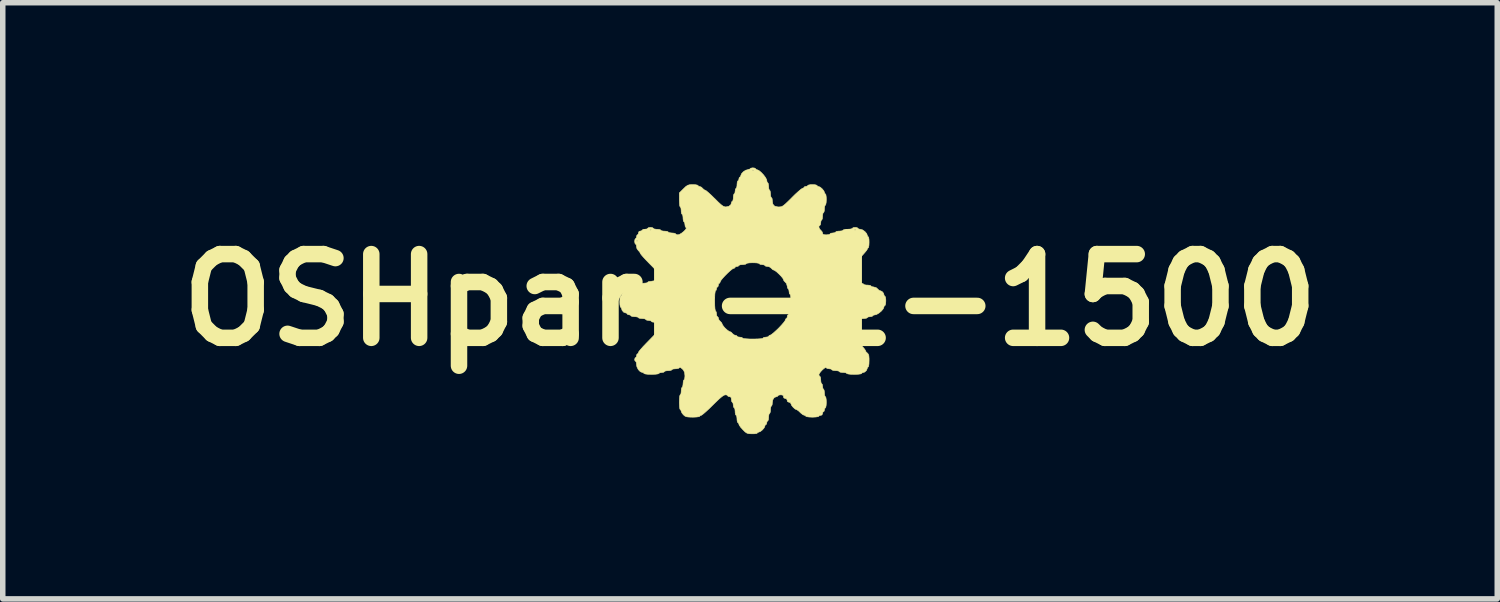
<source format=kicad_pcb>
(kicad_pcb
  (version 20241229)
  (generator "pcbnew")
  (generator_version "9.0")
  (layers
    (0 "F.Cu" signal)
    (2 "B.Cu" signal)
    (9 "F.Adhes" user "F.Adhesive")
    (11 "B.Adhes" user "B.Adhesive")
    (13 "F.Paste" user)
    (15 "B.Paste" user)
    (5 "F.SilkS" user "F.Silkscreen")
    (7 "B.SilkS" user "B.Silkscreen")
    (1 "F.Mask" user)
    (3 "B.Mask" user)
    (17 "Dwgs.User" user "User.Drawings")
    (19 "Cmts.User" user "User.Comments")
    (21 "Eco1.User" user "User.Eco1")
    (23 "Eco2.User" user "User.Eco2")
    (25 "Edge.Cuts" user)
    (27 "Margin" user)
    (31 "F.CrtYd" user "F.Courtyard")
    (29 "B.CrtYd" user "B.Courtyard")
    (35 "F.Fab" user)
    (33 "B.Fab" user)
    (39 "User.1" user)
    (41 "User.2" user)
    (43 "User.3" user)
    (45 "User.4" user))
  (footprint "OSHpark-1-1500"
    (layer "F.Cu")
    (at 10.603 2.41)
    (property "Reference" "OSHpark-1-1500" (at 0 0 0) (layer "F.SilkS") (effects (font (size 1.524 1.524) (thickness 0.3))))
    (attr through_hole)
    (fp_poly (pts (xy 0.086 -2.4) (xy 0.102 -2.388) (xy 0.102 -2.388) (xy 0.115 -2.373) (xy 0.127 -2.371) (xy 0.159 -2.358) (xy 0.2 -2.325) (xy 0.243 -2.28) (xy 0.279 -2.233) (xy 0.301 -2.192) (xy 0.305 -2.176) (xy 0.311 -2.144) (xy 0.322 -2.134) (xy 0.332 -2.119) (xy 0.338 -2.081) (xy 0.339 -2.066) (xy 0.342 -2.023) (xy 0.352 -2) (xy 0.356 -1.998) (xy 0.366 -1.983) (xy 0.372 -1.946) (xy 0.373 -1.93) (xy 0.376 -1.888) (xy 0.386 -1.864) (xy 0.389 -1.863) (xy 0.401 -1.848) (xy 0.406 -1.811) (xy 0.406 -1.802) (xy 0.416 -1.743) (xy 0.447 -1.708) (xy 0.503 -1.694) (xy 0.524 -1.693) (xy 0.553 -1.695) (xy 0.579 -1.701) (xy 0.607 -1.717) (xy 0.642 -1.746) (xy 0.69 -1.791) (xy 0.756 -1.856) (xy 0.762 -1.863) (xy 0.824 -1.924) (xy 0.88 -1.975) (xy 0.924 -2.012) (xy 0.952 -2.031) (xy 0.956 -2.032) (xy 0.979 -2.041) (xy 0.982 -2.049) (xy 0.996 -2.063) (xy 1.016 -2.066) (xy 1.044 -2.073) (xy 1.05 -2.083) (xy 1.065 -2.092) (xy 1.104 -2.099) (xy 1.135 -2.1) (xy 1.183 -2.097) (xy 1.213 -2.089) (xy 1.219 -2.083) (xy 1.233 -2.068) (xy 1.245 -2.066) (xy 1.278 -2.053) (xy 1.314 -2.022) (xy 1.344 -1.985) (xy 1.355 -1.957) (xy 1.364 -1.934) (xy 1.372 -1.93) (xy 1.381 -1.915) (xy 1.387 -1.875) (xy 1.389 -1.829) (xy 1.386 -1.775) (xy 1.379 -1.738) (xy 1.372 -1.727) (xy 1.361 -1.712) (xy 1.355 -1.675) (xy 1.355 -1.659) (xy 1.351 -1.617) (xy 1.342 -1.593) (xy 1.338 -1.592) (xy 1.327 -1.577) (xy 1.321 -1.539) (xy 1.321 -1.524) (xy 1.317 -1.482) (xy 1.308 -1.458) (xy 1.304 -1.456) (xy 1.292 -1.442) (xy 1.287 -1.406) (xy 1.287 -1.405) (xy 1.282 -1.37) (xy 1.27 -1.355) (xy 1.27 -1.355) (xy 1.254 -1.343) (xy 1.256 -1.315) (xy 1.272 -1.285) (xy 1.287 -1.27) (xy 1.313 -1.24) (xy 1.321 -1.215) (xy 1.328 -1.195) (xy 1.355 -1.187) (xy 1.389 -1.185) (xy 1.431 -1.189) (xy 1.455 -1.198) (xy 1.456 -1.202) (xy 1.471 -1.214) (xy 1.506 -1.219) (xy 1.507 -1.219) (xy 1.543 -1.224) (xy 1.558 -1.236) (xy 1.558 -1.236) (xy 1.573 -1.247) (xy 1.61 -1.253) (xy 1.626 -1.253) (xy 1.668 -1.257) (xy 1.692 -1.266) (xy 1.693 -1.27) (xy 1.709 -1.28) (xy 1.719 -1.281) (xy 1.902 -1.281) (xy 1.905 -1.271) (xy 1.913 -1.27) (xy 1.927 -1.276) (xy 1.925 -1.281) (xy 1.905 -1.283) (xy 1.902 -1.281) (xy 1.719 -1.281) (xy 1.748 -1.286) (xy 1.778 -1.287) (xy 1.826 -1.29) (xy 1.857 -1.298) (xy 1.863 -1.304) (xy 1.877 -1.316) (xy 1.913 -1.321) (xy 1.913 -1.321) (xy 1.949 -1.316) (xy 1.964 -1.304) (xy 1.964 -1.304) (xy 1.979 -1.291) (xy 2.007 -1.287) (xy 2.049 -1.275) (xy 2.091 -1.245) (xy 2.123 -1.208) (xy 2.134 -1.178) (xy 2.143 -1.155) (xy 2.151 -1.151) (xy 2.16 -1.136) (xy 2.166 -1.096) (xy 2.167 -1.05) (xy 2.165 -0.996) (xy 2.158 -0.959) (xy 2.151 -0.948) (xy 2.136 -0.935) (xy 2.134 -0.922) (xy 2.122 -0.902) (xy 2.09 -0.863) (xy 2.043 -0.81) (xy 1.983 -0.747) (xy 1.947 -0.711) (xy 1.877 -0.641) (xy 1.827 -0.589) (xy 1.794 -0.551) (xy 1.774 -0.522) (xy 1.765 -0.496) (xy 1.761 -0.47) (xy 1.761 -0.449) (xy 1.763 -0.401) (xy 1.772 -0.379) (xy 1.792 -0.373) (xy 1.795 -0.373) (xy 1.822 -0.365) (xy 1.829 -0.356) (xy 1.844 -0.344) (xy 1.879 -0.339) (xy 1.88 -0.339) (xy 1.915 -0.334) (xy 1.93 -0.322) (xy 1.93 -0.322) (xy 1.945 -0.311) (xy 1.983 -0.305) (xy 1.998 -0.305) (xy 2.041 -0.301) (xy 2.064 -0.292) (xy 2.066 -0.288) (xy 2.081 -0.277) (xy 2.118 -0.271) (xy 2.134 -0.271) (xy 2.176 -0.267) (xy 2.2 -0.258) (xy 2.201 -0.254) (xy 2.216 -0.242) (xy 2.248 -0.237) (xy 2.296 -0.224) (xy 2.32 -0.203) (xy 2.347 -0.177) (xy 2.367 -0.169) (xy 2.402 -0.155) (xy 2.43 -0.123) (xy 2.438 -0.094) (xy 2.447 -0.071) (xy 2.455 -0.068) (xy 2.465 -0.053) (xy 2.471 -0.014) (xy 2.472 0.017) (xy 2.469 0.065) (xy 2.461 0.096) (xy 2.455 0.102) (xy 2.44 0.115) (xy 2.438 0.128) (xy 2.425 0.161) (xy 2.392 0.201) (xy 2.348 0.238) (xy 2.304 0.264) (xy 2.278 0.271) (xy 2.246 0.277) (xy 2.235 0.288) (xy 2.22 0.3) (xy 2.185 0.305) (xy 2.184 0.305) (xy 2.149 0.31) (xy 2.134 0.322) (xy 2.134 0.322) (xy 2.119 0.332) (xy 2.081 0.338) (xy 2.066 0.339) (xy 2.023 0.342) (xy 2 0.352) (xy 1.998 0.356) (xy 1.983 0.367) (xy 1.948 0.373) (xy 1.947 0.373) (xy 1.912 0.377) (xy 1.897 0.389) (xy 1.897 0.389) (xy 1.882 0.402) (xy 1.853 0.406) (xy 1.8 0.42) (xy 1.769 0.459) (xy 1.761 0.507) (xy 1.765 0.532) (xy 1.778 0.56) (xy 1.804 0.596) (xy 1.847 0.644) (xy 1.91 0.708) (xy 1.93 0.728) (xy 1.991 0.79) (xy 2.043 0.845) (xy 2.08 0.888) (xy 2.098 0.914) (xy 2.1 0.919) (xy 2.112 0.945) (xy 2.134 0.965) (xy 2.152 0.985) (xy 2.163 1.014) (xy 2.167 1.064) (xy 2.167 1.104) (xy 2.165 1.164) (xy 2.159 1.205) (xy 2.151 1.219) (xy 2.136 1.233) (xy 2.134 1.246) (xy 2.119 1.284) (xy 2.086 1.313) (xy 2.059 1.321) (xy 2.035 1.33) (xy 2.032 1.338) (xy 2.016 1.346) (xy 1.973 1.352) (xy 1.909 1.355) (xy 1.897 1.355) (xy 1.829 1.353) (xy 1.782 1.347) (xy 1.762 1.339) (xy 1.761 1.338) (xy 1.746 1.327) (xy 1.709 1.321) (xy 1.693 1.321) (xy 1.651 1.317) (xy 1.627 1.308) (xy 1.626 1.304) (xy 1.611 1.293) (xy 1.573 1.287) (xy 1.558 1.287) (xy 1.515 1.283) (xy 1.492 1.274) (xy 1.49 1.27) (xy 1.475 1.258) (xy 1.441 1.253) (xy 1.403 1.247) (xy 1.385 1.233) (xy 1.371 1.231) (xy 1.344 1.249) (xy 1.311 1.279) (xy 1.28 1.313) (xy 1.259 1.345) (xy 1.253 1.363) (xy 1.262 1.385) (xy 1.27 1.389) (xy 1.281 1.404) (xy 1.287 1.441) (xy 1.287 1.456) (xy 1.291 1.499) (xy 1.3 1.522) (xy 1.304 1.524) (xy 1.316 1.539) (xy 1.321 1.574) (xy 1.321 1.575) (xy 1.326 1.61) (xy 1.338 1.626) (xy 1.338 1.626) (xy 1.348 1.641) (xy 1.354 1.678) (xy 1.355 1.693) (xy 1.358 1.736) (xy 1.368 1.759) (xy 1.372 1.761) (xy 1.381 1.776) (xy 1.387 1.817) (xy 1.389 1.863) (xy 1.386 1.917) (xy 1.379 1.953) (xy 1.372 1.964) (xy 1.358 1.978) (xy 1.355 1.998) (xy 1.348 2.026) (xy 1.338 2.032) (xy 1.324 2.046) (xy 1.321 2.066) (xy 1.309 2.094) (xy 1.287 2.1) (xy 1.259 2.107) (xy 1.253 2.117) (xy 1.237 2.125) (xy 1.195 2.131) (xy 1.135 2.134) (xy 1.135 2.134) (xy 1.074 2.131) (xy 1.032 2.125) (xy 1.016 2.117) (xy 1.016 2.117) (xy 1.002 2.102) (xy 0.989 2.1) (xy 0.961 2.088) (xy 0.924 2.059) (xy 0.914 2.049) (xy 0.88 2.017) (xy 0.853 1.999) (xy 0.848 1.998) (xy 0.82 1.985) (xy 0.786 1.955) (xy 0.757 1.919) (xy 0.745 1.889) (xy 0.745 1.889) (xy 0.731 1.867) (xy 0.711 1.863) (xy 0.683 1.851) (xy 0.677 1.829) (xy 0.665 1.8) (xy 0.643 1.795) (xy 0.615 1.783) (xy 0.61 1.761) (xy 0.602 1.736) (xy 0.572 1.728) (xy 0.559 1.727) (xy 0.523 1.732) (xy 0.508 1.744) (xy 0.508 1.744) (xy 0.494 1.759) (xy 0.481 1.761) (xy 0.441 1.776) (xy 0.415 1.817) (xy 0.406 1.87) (xy 0.402 1.91) (xy 0.392 1.93) (xy 0.389 1.93) (xy 0.379 1.945) (xy 0.373 1.983) (xy 0.373 1.998) (xy 0.369 2.041) (xy 0.359 2.064) (xy 0.356 2.066) (xy 0.345 2.081) (xy 0.339 2.118) (xy 0.339 2.134) (xy 0.335 2.176) (xy 0.326 2.2) (xy 0.322 2.201) (xy 0.308 2.216) (xy 0.305 2.235) (xy 0.298 2.263) (xy 0.288 2.269) (xy 0.273 2.283) (xy 0.271 2.295) (xy 0.258 2.327) (xy 0.227 2.364) (xy 0.19 2.394) (xy 0.162 2.405) (xy 0.139 2.413) (xy 0.135 2.421) (xy 0.12 2.431) (xy 0.08 2.436) (xy 0.038 2.437) (xy -0.018 2.435) (xy -0.056 2.425) (xy -0.09 2.402) (xy -0.131 2.361) (xy -0.17 2.318) (xy -0.196 2.28) (xy -0.203 2.261) (xy -0.212 2.238) (xy -0.22 2.235) (xy -0.231 2.22) (xy -0.237 2.183) (xy -0.237 2.167) (xy -0.241 2.125) (xy -0.25 2.101) (xy -0.254 2.1) (xy -0.265 2.085) (xy -0.271 2.047) (xy -0.271 2.032) (xy -0.275 1.99) (xy -0.284 1.966) (xy -0.288 1.964) (xy -0.3 1.95) (xy -0.305 1.914) (xy -0.305 1.913) (xy -0.31 1.878) (xy -0.322 1.863) (xy -0.322 1.863) (xy -0.334 1.848) (xy -0.339 1.812) (xy -0.339 1.812) (xy -0.344 1.775) (xy -0.364 1.762) (xy -0.373 1.761) (xy -0.4 1.754) (xy -0.406 1.744) (xy -0.421 1.731) (xy -0.449 1.727) (xy -0.474 1.734) (xy -0.509 1.757) (xy -0.558 1.798) (xy -0.623 1.86) (xy -0.677 1.913) (xy -0.743 1.978) (xy -0.802 2.032) (xy -0.849 2.073) (xy -0.88 2.096) (xy -0.888 2.1) (xy -0.911 2.109) (xy -0.914 2.117) (xy -0.93 2.125) (xy -0.973 2.131) (xy -1.036 2.134) (xy -1.042 2.134) (xy -1.11 2.132) (xy -1.154 2.127) (xy -1.184 2.115) (xy -1.209 2.094) (xy -1.212 2.092) (xy -1.24 2.057) (xy -1.253 2.026) (xy -1.253 2.024) (xy -1.262 2.001) (xy -1.27 1.998) (xy -1.278 1.982) (xy -1.284 1.939) (xy -1.287 1.875) (xy -1.287 1.863) (xy -1.285 1.796) (xy -1.28 1.748) (xy -1.272 1.728) (xy -1.27 1.727) (xy -1.259 1.712) (xy -1.253 1.675) (xy -1.253 1.659) (xy -1.249 1.617) (xy -1.24 1.593) (xy -1.236 1.592) (xy -1.226 1.577) (xy -1.22 1.539) (xy -1.219 1.524) (xy -1.215 1.482) (xy -1.206 1.458) (xy -1.202 1.456) (xy -1.192 1.441) (xy -1.186 1.403) (xy -1.185 1.379) (xy -1.191 1.321) (xy -1.211 1.279) (xy -1.231 1.257) (xy -1.264 1.23) (xy -1.282 1.23) (xy -1.283 1.232) (xy -1.303 1.246) (xy -1.344 1.253) (xy -1.356 1.253) (xy -1.398 1.257) (xy -1.421 1.266) (xy -1.422 1.27) (xy -1.437 1.281) (xy -1.475 1.287) (xy -1.49 1.287) (xy -1.533 1.291) (xy -1.556 1.3) (xy -1.558 1.304) (xy -1.573 1.316) (xy -1.608 1.321) (xy -1.609 1.321) (xy -1.644 1.326) (xy -1.659 1.338) (xy -1.659 1.338) (xy -1.675 1.346) (xy -1.719 1.352) (xy -1.783 1.355) (xy -1.795 1.355) (xy -1.862 1.353) (xy -1.909 1.347) (xy -1.93 1.339) (xy -1.93 1.338) (xy -1.944 1.323) (xy -1.957 1.321) (xy -1.997 1.306) (xy -2.034 1.268) (xy -2.059 1.218) (xy -2.066 1.178) (xy -2.07 1.138) (xy -2.08 1.118) (xy -2.083 1.118) (xy -2.097 1.103) (xy -2.1 1.084) (xy -2.093 1.056) (xy -2.083 1.05) (xy -2.069 1.036) (xy -2.066 1.016) (xy -2.059 0.988) (xy -2.049 0.982) (xy -2.034 0.968) (xy -2.032 0.956) (xy -2.021 0.936) (xy -1.989 0.897) (xy -1.941 0.843) (xy -1.881 0.781) (xy -1.846 0.745) (xy -1.762 0.659) (xy -1.703 0.594) (xy -1.669 0.548) (xy -1.659 0.519) (xy -1.671 0.508) (xy -1.676 0.508) (xy -1.688 0.493) (xy -1.693 0.458) (xy -1.693 0.457) (xy -1.698 0.421) (xy -1.717 0.408) (xy -1.744 0.406) (xy -1.78 0.401) (xy -1.795 0.39) (xy -1.795 0.389) (xy -1.81 0.378) (xy -1.845 0.373) (xy -1.846 0.373) (xy -1.881 0.368) (xy -1.897 0.356) (xy -1.897 0.356) (xy -1.912 0.345) (xy -1.949 0.339) (xy -1.964 0.339) (xy -2.007 0.335) (xy -2.03 0.326) (xy -2.032 0.322) (xy -2.047 0.311) (xy -2.085 0.305) (xy -2.1 0.305) (xy -2.142 0.301) (xy -2.166 0.292) (xy -2.167 0.288) (xy -2.182 0.274) (xy -2.201 0.271) (xy -2.229 0.264) (xy -2.235 0.254) (xy -2.249 0.239) (xy -2.262 0.237) (xy -2.3 0.223) (xy -2.329 0.189) (xy -2.337 0.162) (xy -2.346 0.139) (xy -2.354 0.135) (xy -2.363 0.12) (xy -2.369 0.08) (xy -2.371 0.034) (xy -2.37 0.017) (xy -0.643 0.017) (xy -0.642 0.101) (xy -0.638 0.162) (xy -0.631 0.197) (xy -0.627 0.203) (xy -0.615 0.218) (xy -0.61 0.253) (xy -0.61 0.254) (xy -0.605 0.29) (xy -0.593 0.305) (xy -0.593 0.305) (xy -0.578 0.319) (xy -0.576 0.335) (xy -0.563 0.368) (xy -0.542 0.389) (xy -0.516 0.417) (xy -0.508 0.436) (xy -0.497 0.46) (xy -0.468 0.497) (xy -0.449 0.517) (xy -0.411 0.551) (xy -0.379 0.573) (xy -0.368 0.576) (xy -0.342 0.588) (xy -0.322 0.61) (xy -0.291 0.636) (xy -0.267 0.643) (xy -0.242 0.651) (xy -0.237 0.66) (xy -0.222 0.672) (xy -0.187 0.677) (xy -0.186 0.677) (xy -0.151 0.682) (xy -0.135 0.694) (xy -0.135 0.694) (xy -0.119 0.702) (xy -0.074 0.707) (xy -0.003 0.711) (xy 0.051 0.711) (xy 0.135 0.71) (xy 0.196 0.706) (xy 0.231 0.699) (xy 0.237 0.694) (xy 0.252 0.682) (xy 0.287 0.677) (xy 0.288 0.677) (xy 0.324 0.672) (xy 0.339 0.661) (xy 0.339 0.66) (xy 0.352 0.645) (xy 0.364 0.643) (xy 0.386 0.632) (xy 0.426 0.601) (xy 0.476 0.556) (xy 0.517 0.517) (xy 0.569 0.462) (xy 0.611 0.414) (xy 0.637 0.379) (xy 0.643 0.364) (xy 0.653 0.342) (xy 0.66 0.339) (xy 0.674 0.324) (xy 0.677 0.305) (xy 0.684 0.277) (xy 0.694 0.271) (xy 0.706 0.256) (xy 0.711 0.221) (xy 0.711 0.22) (xy 0.716 0.184) (xy 0.728 0.169) (xy 0.728 0.169) (xy 0.737 0.153) (xy 0.742 0.11) (xy 0.745 0.046) (xy 0.745 0.034) (xy 0.743 -0.033) (xy 0.738 -0.08) (xy 0.73 -0.101) (xy 0.728 -0.102) (xy 0.716 -0.116) (xy 0.711 -0.152) (xy 0.711 -0.152) (xy 0.706 -0.188) (xy 0.694 -0.203) (xy 0.694 -0.203) (xy 0.682 -0.218) (xy 0.677 -0.25) (xy 0.664 -0.298) (xy 0.643 -0.322) (xy 0.617 -0.349) (xy 0.61 -0.368) (xy 0.598 -0.393) (xy 0.568 -0.43) (xy 0.528 -0.471) (xy 0.487 -0.509) (xy 0.452 -0.535) (xy 0.436 -0.542) (xy 0.41 -0.554) (xy 0.389 -0.576) (xy 0.352 -0.603) (xy 0.318 -0.61) (xy 0.284 -0.615) (xy 0.271 -0.627) (xy 0.256 -0.638) (xy 0.221 -0.643) (xy 0.22 -0.643) (xy 0.184 -0.648) (xy 0.169 -0.66) (xy 0.169 -0.66) (xy 0.154 -0.669) (xy 0.112 -0.675) (xy 0.051 -0.677) (xy 0.051 -0.677) (xy -0.01 -0.675) (xy -0.052 -0.669) (xy -0.068 -0.66) (xy -0.068 -0.66) (xy -0.083 -0.65) (xy -0.12 -0.644) (xy -0.135 -0.643) (xy -0.178 -0.64) (xy -0.201 -0.63) (xy -0.203 -0.627) (xy -0.217 -0.613) (xy -0.237 -0.61) (xy -0.265 -0.603) (xy -0.271 -0.593) (xy -0.285 -0.578) (xy -0.297 -0.576) (xy -0.321 -0.564) (xy -0.36 -0.533) (xy -0.407 -0.49) (xy -0.456 -0.441) (xy -0.499 -0.394) (xy -0.53 -0.355) (xy -0.542 -0.331) (xy -0.542 -0.331) (xy -0.551 -0.308) (xy -0.559 -0.305) (xy -0.573 -0.291) (xy -0.576 -0.271) (xy -0.583 -0.243) (xy -0.593 -0.237) (xy -0.606 -0.223) (xy -0.61 -0.203) (xy -0.617 -0.176) (xy -0.627 -0.169) (xy -0.634 -0.153) (xy -0.64 -0.107) (xy -0.643 -0.037) (xy -0.643 0.017) (xy -2.37 0.017) (xy -2.368 -0.02) (xy -2.361 -0.057) (xy -2.354 -0.068) (xy -2.339 -0.082) (xy -2.337 -0.094) (xy -2.324 -0.126) (xy -2.293 -0.163) (xy -2.256 -0.192) (xy -2.228 -0.203) (xy -2.204 -0.212) (xy -2.201 -0.22) (xy -2.187 -0.232) (xy -2.151 -0.237) (xy -2.151 -0.237) (xy -2.115 -0.242) (xy -2.1 -0.254) (xy -2.1 -0.254) (xy -2.085 -0.266) (xy -2.05 -0.271) (xy -2.049 -0.271) (xy -2.013 -0.276) (xy -1.998 -0.288) (xy -1.998 -0.288) (xy -1.983 -0.298) (xy -1.946 -0.304) (xy -1.93 -0.305) (xy -1.888 -0.309) (xy -1.864 -0.318) (xy -1.863 -0.322) (xy -1.848 -0.333) (xy -1.811 -0.338) (xy -1.802 -0.339) (xy -1.743 -0.349) (xy -1.705 -0.377) (xy -1.693 -0.414) (xy -1.685 -0.437) (xy -1.676 -0.44) (xy -1.659 -0.449) (xy -1.666 -0.476) (xy -1.698 -0.521) (xy -1.756 -0.586) (xy -1.829 -0.66) (xy -1.89 -0.723) (xy -1.941 -0.778) (xy -1.978 -0.821) (xy -1.997 -0.847) (xy -1.998 -0.851) (xy -2.011 -0.877) (xy -2.032 -0.897) (xy -2.059 -0.935) (xy -2.066 -0.969) (xy -2.071 -1.003) (xy -2.083 -1.016) (xy -2.095 -1.031) (xy -2.1 -1.066) (xy -2.1 -1.067) (xy -2.099 -1.075) (xy -2.066 -1.075) (xy -2.057 -1.067) (xy -2.049 -1.075) (xy -2.057 -1.084) (xy -2.066 -1.075) (xy -2.099 -1.075) (xy -2.095 -1.102) (xy -2.083 -1.118) (xy -2.083 -1.118) (xy -2.069 -1.132) (xy -2.066 -1.151) (xy -2.059 -1.179) (xy -2.049 -1.185) (xy -2.035 -1.2) (xy -2.032 -1.219) (xy -2.02 -1.248) (xy -1.998 -1.253) (xy -1.971 -1.26) (xy -1.964 -1.27) (xy -1.95 -1.281) (xy -1.823 -1.281) (xy -1.821 -1.271) (xy -1.812 -1.27) (xy -1.798 -1.276) (xy -1.801 -1.281) (xy -1.821 -1.283) (xy -1.823 -1.281) (xy -1.95 -1.281) (xy -1.95 -1.282) (xy -1.914 -1.287) (xy -1.913 -1.287) (xy -1.878 -1.292) (xy -1.863 -1.304) (xy -1.863 -1.304) (xy -1.848 -1.316) (xy -1.812 -1.321) (xy -1.812 -1.321) (xy -1.776 -1.316) (xy -1.761 -1.304) (xy -1.761 -1.304) (xy -1.746 -1.293) (xy -1.709 -1.287) (xy -1.693 -1.287) (xy -1.651 -1.283) (xy -1.627 -1.274) (xy -1.626 -1.27) (xy -1.611 -1.259) (xy -1.573 -1.253) (xy -1.558 -1.253) (xy -1.515 -1.249) (xy -1.492 -1.24) (xy -1.49 -1.236) (xy -1.475 -1.226) (xy -1.438 -1.22) (xy -1.422 -1.219) (xy -1.38 -1.215) (xy -1.356 -1.206) (xy -1.355 -1.202) (xy -1.34 -1.19) (xy -1.312 -1.185) (xy -1.282 -1.194) (xy -1.244 -1.217) (xy -1.206 -1.247) (xy -1.176 -1.278) (xy -1.16 -1.304) (xy -1.165 -1.317) (xy -1.18 -1.337) (xy -1.185 -1.373) (xy -1.19 -1.408) (xy -1.202 -1.422) (xy -1.213 -1.437) (xy -1.219 -1.475) (xy -1.219 -1.49) (xy -1.223 -1.533) (xy -1.232 -1.556) (xy -1.236 -1.558) (xy -1.247 -1.573) (xy -1.253 -1.61) (xy -1.253 -1.626) (xy -1.257 -1.668) (xy -1.266 -1.692) (xy -1.27 -1.693) (xy -1.279 -1.709) (xy -1.284 -1.752) (xy -1.287 -1.815) (xy -1.287 -1.821) (xy -1.287 -1.948) (xy -1.211 -2.024) (xy -1.167 -2.066) (xy -1.133 -2.088) (xy -1.096 -2.098) (xy -1.043 -2.1) (xy -1.042 -2.1) (xy -0.991 -2.097) (xy -0.957 -2.09) (xy -0.948 -2.083) (xy -0.934 -2.069) (xy -0.918 -2.066) (xy -0.885 -2.053) (xy -0.864 -2.032) (xy -0.836 -2.006) (xy -0.817 -1.998) (xy -0.797 -1.987) (xy -0.759 -1.955) (xy -0.708 -1.909) (xy -0.65 -1.852) (xy -0.643 -1.846) (xy -0.577 -1.78) (xy -0.529 -1.736) (xy -0.493 -1.709) (xy -0.464 -1.697) (xy -0.44 -1.693) (xy -0.385 -1.705) (xy -0.349 -1.734) (xy -0.339 -1.768) (xy -0.33 -1.792) (xy -0.322 -1.795) (xy -0.311 -1.81) (xy -0.305 -1.847) (xy -0.305 -1.863) (xy -0.301 -1.905) (xy -0.292 -1.929) (xy -0.288 -1.93) (xy -0.276 -1.945) (xy -0.271 -1.981) (xy -0.271 -1.981) (xy -0.266 -2.017) (xy -0.254 -2.032) (xy -0.254 -2.032) (xy -0.243 -2.047) (xy -0.237 -2.085) (xy -0.237 -2.1) (xy -0.233 -2.142) (xy -0.224 -2.166) (xy -0.22 -2.167) (xy -0.206 -2.182) (xy -0.203 -2.201) (xy -0.196 -2.229) (xy -0.186 -2.235) (xy -0.171 -2.249) (xy -0.169 -2.261) (xy -0.155 -2.297) (xy -0.121 -2.334) (xy -0.078 -2.362) (xy -0.065 -2.365) (xy 0.04 -2.365) (xy 0.042 -2.355) (xy 0.051 -2.354) (xy 0.065 -2.36) (xy 0.062 -2.365) (xy 0.042 -2.367) (xy 0.04 -2.365) (xy -0.065 -2.365) (xy -0.043 -2.371) (xy -0.011 -2.376) (xy 0 -2.388) (xy 0.015 -2.399) (xy 0.05 -2.405) (xy 0.051 -2.405) (xy 0.086 -2.4)) (stroke (width 0.01) (type solid)) (fill yes) (layer "F.SilkS")))
  (gr_rect
    (start -3 -3)
    (end 24.205 7.852)
    (stroke (width 0.1) (type default))
    (fill no)
    (layer "Edge.Cuts")))
</source>
